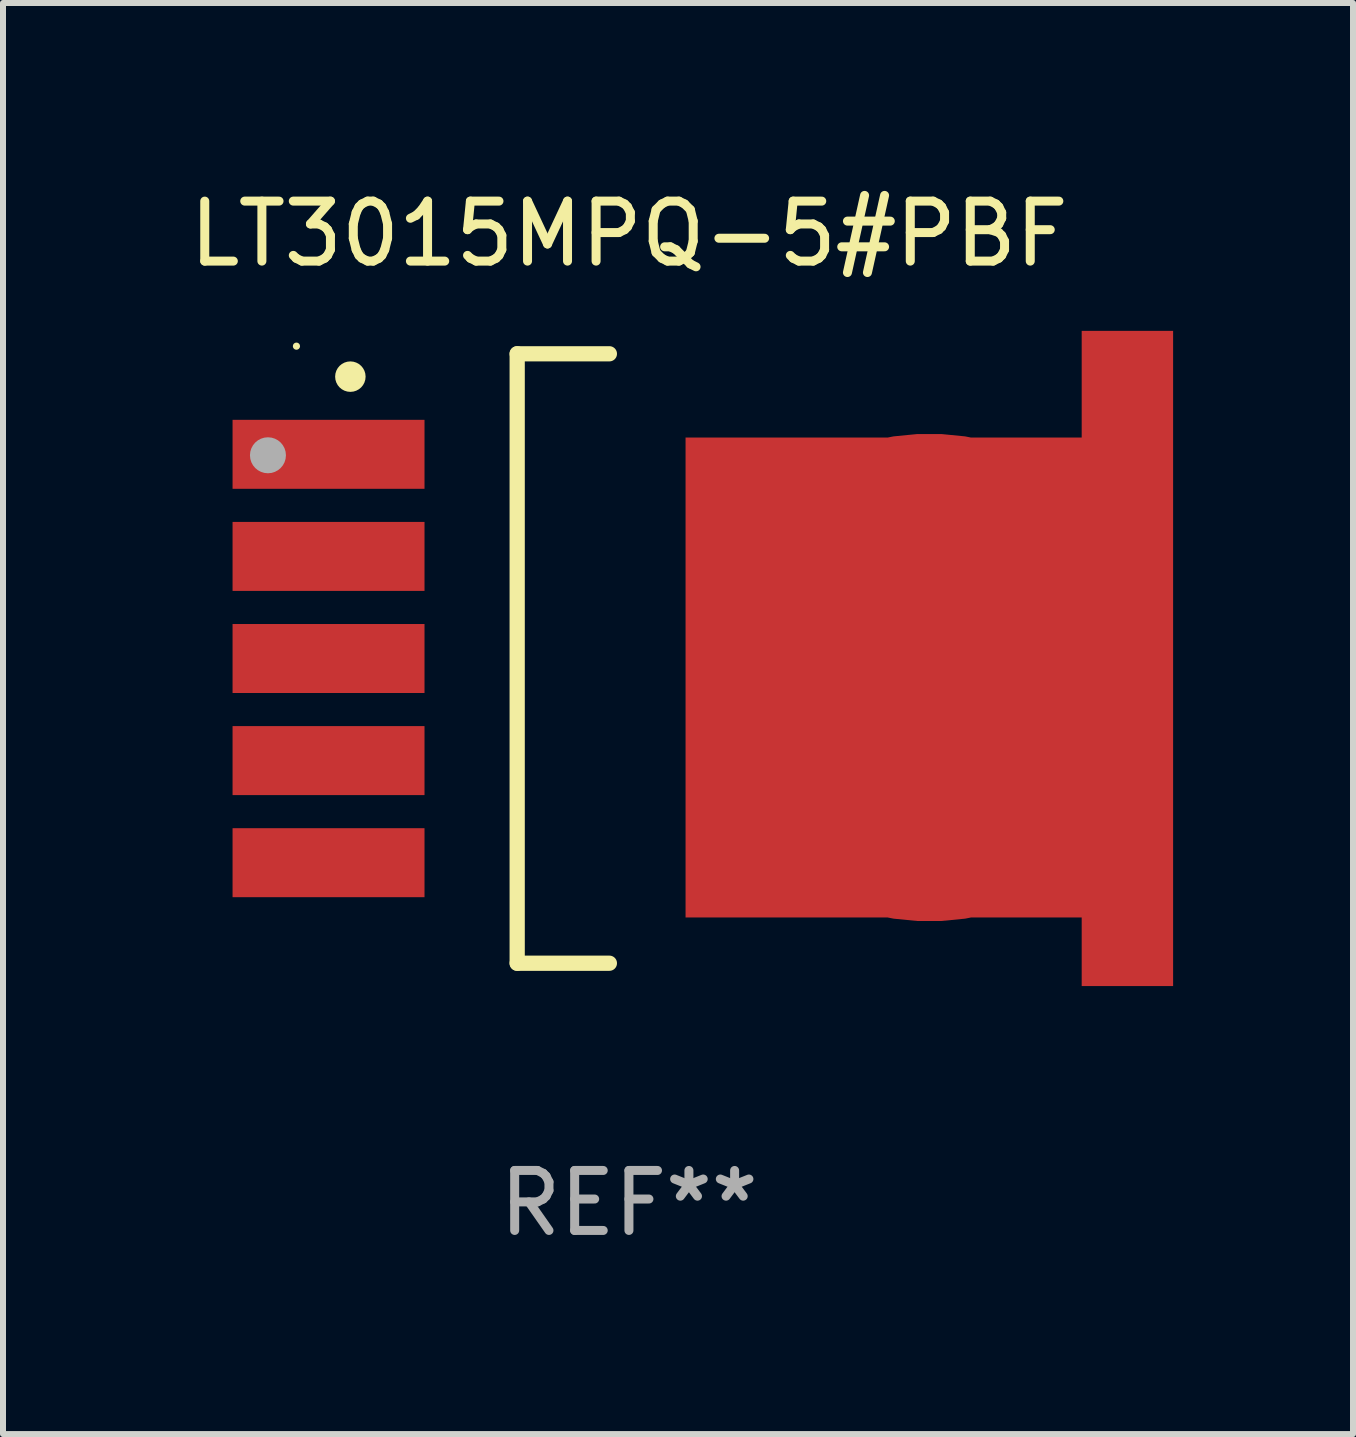
<source format=kicad_pcb>
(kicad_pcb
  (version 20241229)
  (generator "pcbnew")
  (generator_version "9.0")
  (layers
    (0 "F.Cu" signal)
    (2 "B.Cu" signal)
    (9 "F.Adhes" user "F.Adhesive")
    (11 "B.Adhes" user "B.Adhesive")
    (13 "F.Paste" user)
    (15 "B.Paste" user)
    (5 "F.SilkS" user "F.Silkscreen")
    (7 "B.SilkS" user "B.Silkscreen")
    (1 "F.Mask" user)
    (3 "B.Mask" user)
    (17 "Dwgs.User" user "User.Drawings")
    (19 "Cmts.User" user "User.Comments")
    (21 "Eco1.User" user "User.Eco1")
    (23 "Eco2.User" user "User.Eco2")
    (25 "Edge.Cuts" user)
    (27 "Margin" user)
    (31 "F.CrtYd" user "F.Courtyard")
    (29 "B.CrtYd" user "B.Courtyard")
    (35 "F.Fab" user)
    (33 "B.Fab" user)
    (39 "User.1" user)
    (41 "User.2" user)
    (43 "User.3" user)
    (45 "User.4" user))
  (footprint "LT3015MPQ-5#PBF"
    (layer "F.Cu")
    (at 7.435 7.928)
    (property "Reference" "LT3015MPQ-5#PBF" (at 0 -7.08 0) (layer "F.SilkS") (effects (font (size 1 1) (thickness 0.15))))
    (attr through_hole)
    (fp_line (start -1.863 -5.08) (end -0.326 -5.08) (stroke (width 0.254) (type solid)) (layer "F.SilkS"))
    (fp_line (start -1.863 5.08) (end -1.863 -5.08) (stroke (width 0.254) (type solid)) (layer "F.SilkS"))
    (fp_line (start -0.326 5.08) (end -1.863 5.08) (stroke (width 0.254) (type solid)) (layer "F.SilkS"))
    (fp_circle (center -5.543 -5.207) (end -5.513 -5.207) (stroke (width 0.06) (type solid)) (fill no) (layer "F.SilkS"))
    (fp_circle (center -4.644 -4.699) (end -4.517 -4.699) (stroke (width 0.254) (type solid)) (fill no) (layer "F.SilkS"))
    (fp_circle (center -6.018 -3.388) (end -5.868 -3.388) (stroke (width 0.3) (type solid)) (fill no) (layer "F.Fab"))
    (fp_text user "REF**" (at 0 9.08 0) (layer "F.Fab") (effects (font (size 1 1) (thickness 0.15))))
    (pad "1" smd rect (at -5.008 -3.404) (size 3.2 1.15) (layers "F.Cu" "F.Mask" "F.Paste"))
    (pad "2" smd rect (at -5.008 -1.702) (size 3.2 1.15) (layers "F.Cu" "F.Mask" "F.Paste"))
    (pad "3" smd rect (at -5.008 -0.000025) (size 3.2 1.15) (layers "F.Cu" "F.Mask" "F.Paste"))
    (pad "4" smd rect (at -5.008 1.702) (size 3.2 1.15) (layers "F.Cu" "F.Mask" "F.Paste"))
    (pad "5" smd rect (at -5.008 3.404) (size 3.2 1.15) (layers "F.Cu" "F.Mask" "F.Paste"))
    (pad "6" smd custom (at 5.008 0.317) (size 8.128 10.922) (layers "F.Cu" "F.Mask" "F.Paste") (options (anchor circle)) (primitives (gr_poly (pts (xy -4.064 -4.001) (xy 2.54 -4.001) (xy 2.54 -5.779) (xy 4.064 -5.779) (xy 4.064 5.144) (xy 2.54 5.144) (xy 2.54 4) (xy -4.064 4)) (width 0) (fill yes)))))
  (gr_rect
    (start -3 -3)
    (end 19.506 20.857)
    (stroke (width 0.1) (type default))
    (fill no)
    (layer "Edge.Cuts")))
</source>
